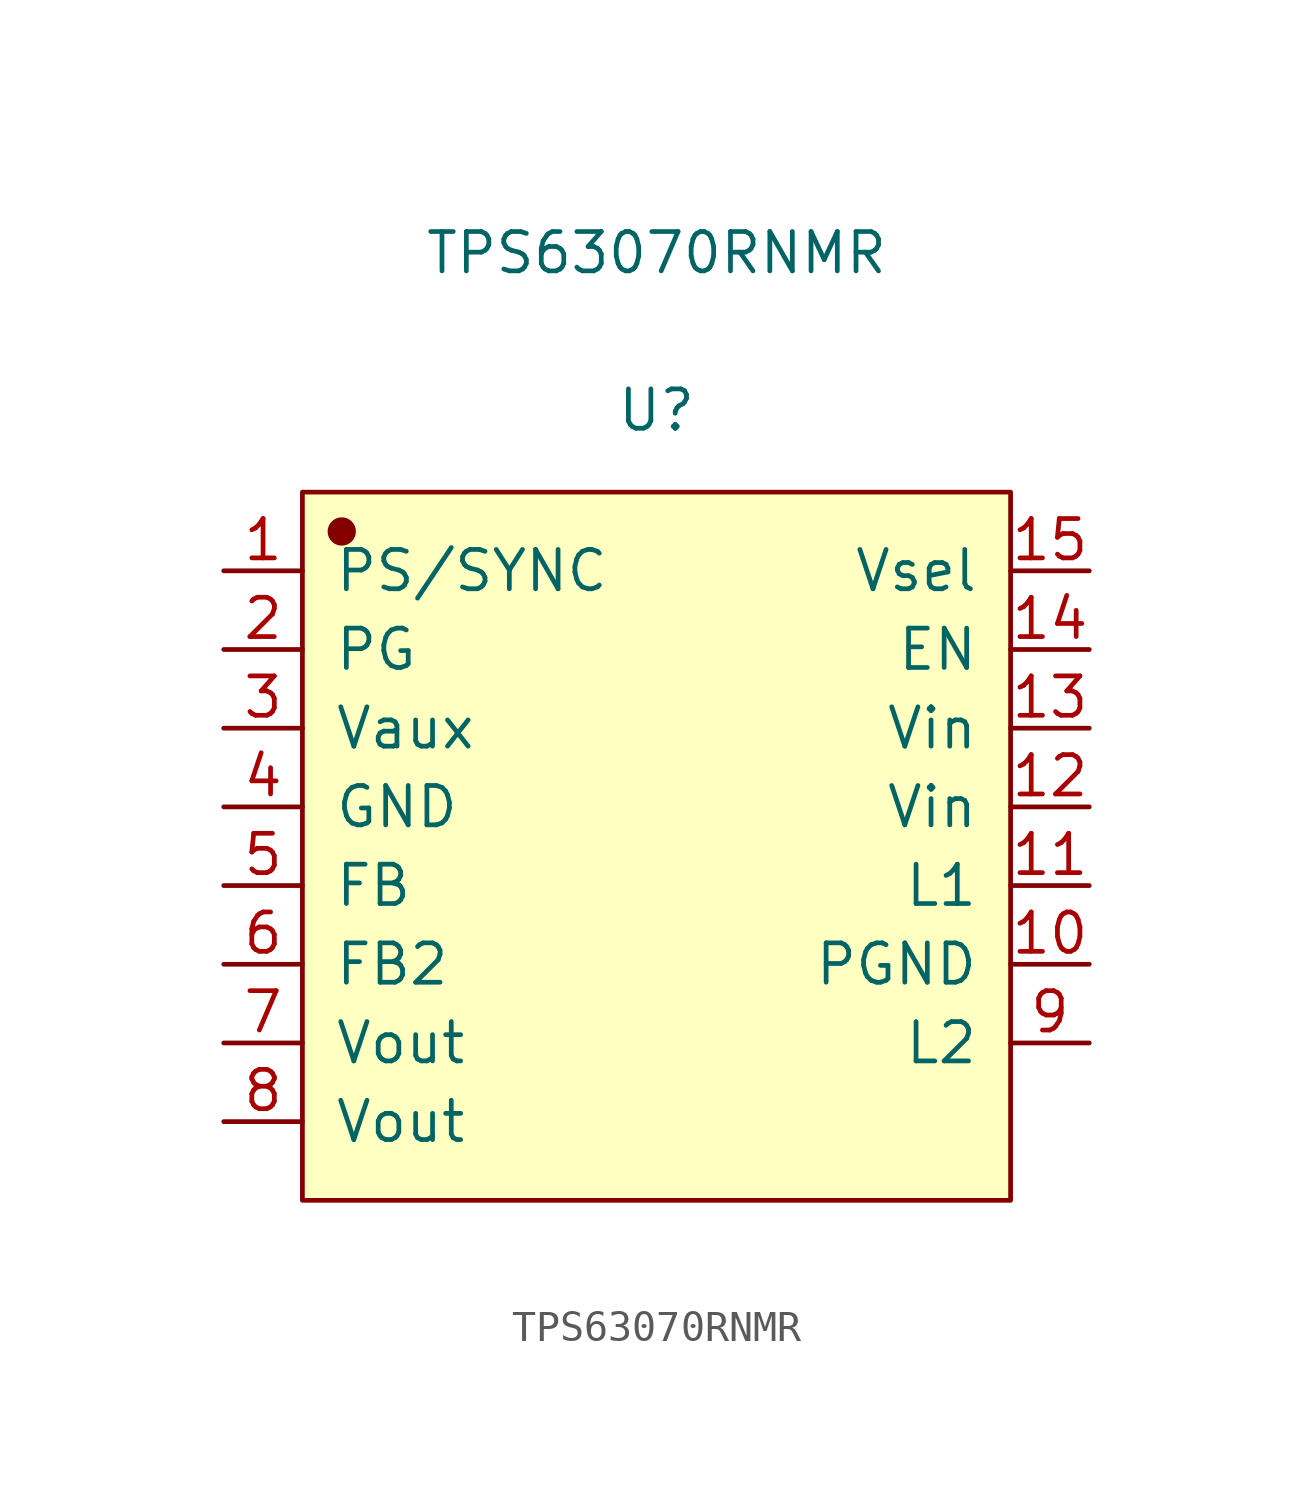
<source format=kicad_sym>
(kicad_symbol_lib
  (version 20211014)
  (generator kicad_symbol_editor)
  (symbol "TPS63070RNMR"
    (pin_names
      (offset 1.016))
    (property "Reference" "U"
      (at 0 14.072 0)
      (effects (font (size 1.27 1.27))))
    (property "Value" "TPS63070RNMR"
      (at 0 19.152 0)
      (effects (font (size 1.27 1.27))))
    (symbol "TPS63070RNMR_1_1"
      (rectangle (start -11.43 11.43) (end 11.43 -11.43) (stroke (width 0.152) (type default) (color 0 0 0 0)) (fill (type background)))
      (circle (center -10.16 10.16) (radius 0.381) (stroke (width 0.152) (type default) (color 0 0 0 0)) (fill (type outline)))
      (pin input line (at -13.97 8.89 0) (length 2.54) (name "PS/SYNC" (effects (font (size 1.27 1.27)))) (number "1" (effects (font (size 1.27 1.27)))))
      (pin input line (at 13.97 -3.81 180) (length 2.54) (name "PGND" (effects (font (size 1.27 1.27)))) (number "10" (effects (font (size 1.27 1.27)))))
      (pin input line (at 13.97 -1.27 180) (length 2.54) (name "L1" (effects (font (size 1.27 1.27)))) (number "11" (effects (font (size 1.27 1.27)))))
      (pin input line (at 13.97 1.27 180) (length 2.54) (name "Vin" (effects (font (size 1.27 1.27)))) (number "12" (effects (font (size 1.27 1.27)))))
      (pin input line (at 13.97 3.81 180) (length 2.54) (name "Vin" (effects (font (size 1.27 1.27)))) (number "13" (effects (font (size 1.27 1.27)))))
      (pin input line (at 13.97 6.35 180) (length 2.54) (name "EN" (effects (font (size 1.27 1.27)))) (number "14" (effects (font (size 1.27 1.27)))))
      (pin input line (at 13.97 8.89 180) (length 2.54) (name "Vsel" (effects (font (size 1.27 1.27)))) (number "15" (effects (font (size 1.27 1.27)))))
      (pin input line (at -13.97 6.35 0) (length 2.54) (name "PG" (effects (font (size 1.27 1.27)))) (number "2" (effects (font (size 1.27 1.27)))))
      (pin input line (at -13.97 3.81 0) (length 2.54) (name "Vaux" (effects (font (size 1.27 1.27)))) (number "3" (effects (font (size 1.27 1.27)))))
      (pin input line (at -13.97 1.27 0) (length 2.54) (name "GND" (effects (font (size 1.27 1.27)))) (number "4" (effects (font (size 1.27 1.27)))))
      (pin input line (at -13.97 -1.27 0) (length 2.54) (name "FB" (effects (font (size 1.27 1.27)))) (number "5" (effects (font (size 1.27 1.27)))))
      (pin input line (at -13.97 -3.81 0) (length 2.54) (name "FB2" (effects (font (size 1.27 1.27)))) (number "6" (effects (font (size 1.27 1.27)))))
      (pin input line (at -13.97 -6.35 0) (length 2.54) (name "Vout" (effects (font (size 1.27 1.27)))) (number "7" (effects (font (size 1.27 1.27)))))
      (pin input line (at -13.97 -8.89 0) (length 2.54) (name "Vout" (effects (font (size 1.27 1.27)))) (number "8" (effects (font (size 1.27 1.27)))))
      (pin input line (at 13.97 -6.35 180) (length 2.54) (name "L2" (effects (font (size 1.27 1.27)))) (number "9" (effects (font (size 1.27 1.27))))))))
</source>
